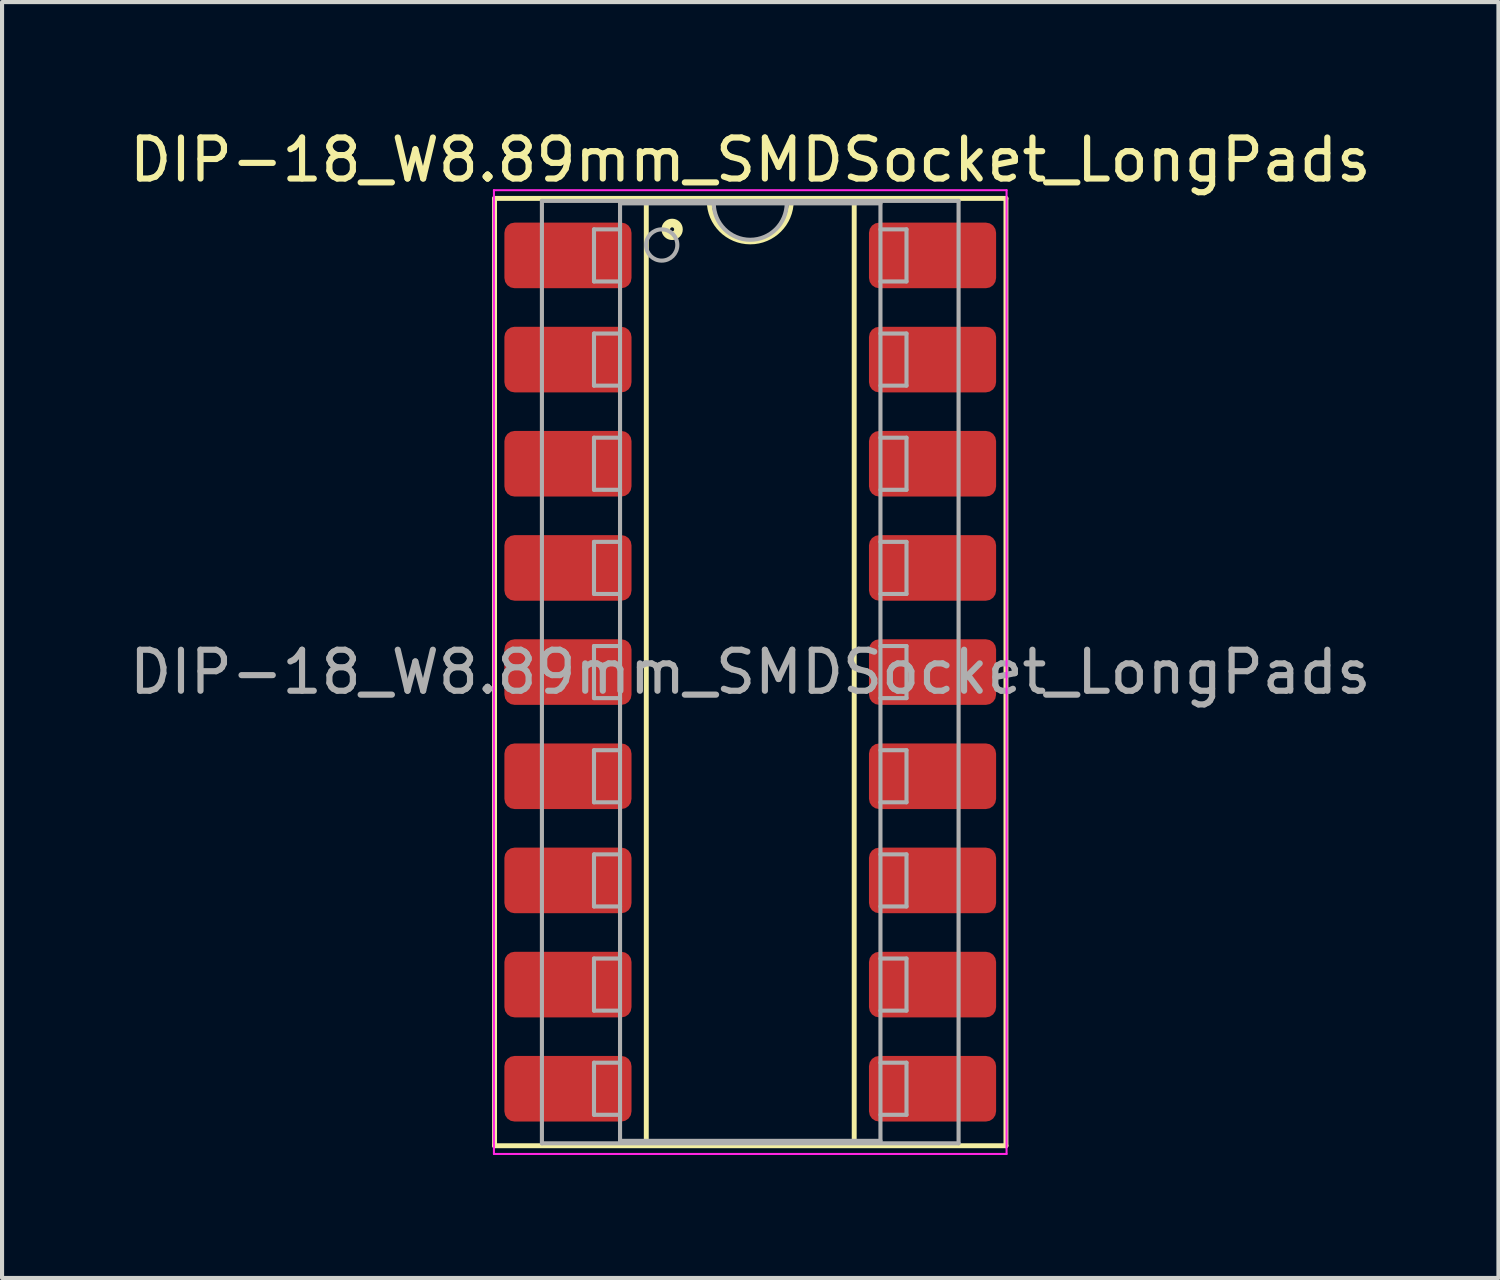
<source format=kicad_pcb>
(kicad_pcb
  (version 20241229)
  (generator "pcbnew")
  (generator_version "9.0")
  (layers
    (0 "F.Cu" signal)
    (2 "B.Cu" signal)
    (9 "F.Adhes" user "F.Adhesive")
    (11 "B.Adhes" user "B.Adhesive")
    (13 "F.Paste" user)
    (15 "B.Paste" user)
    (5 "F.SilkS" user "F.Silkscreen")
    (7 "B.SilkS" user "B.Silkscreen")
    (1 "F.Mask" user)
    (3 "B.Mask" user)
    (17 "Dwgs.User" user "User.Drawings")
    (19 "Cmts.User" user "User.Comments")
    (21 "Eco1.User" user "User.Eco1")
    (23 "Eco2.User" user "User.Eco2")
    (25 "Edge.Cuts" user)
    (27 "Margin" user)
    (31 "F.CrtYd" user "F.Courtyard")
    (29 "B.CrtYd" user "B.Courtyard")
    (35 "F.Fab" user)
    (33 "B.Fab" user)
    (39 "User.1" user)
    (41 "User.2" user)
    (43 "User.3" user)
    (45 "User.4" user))
  (footprint "DIP-18_W8.89mm_SMDSocket_LongPads"
    (layer "F.Cu")
    (at 15.244 13.338)
    (property "Reference" "DIP-18_W8.89mm_SMDSocket_LongPads" (at 0 -12.49 0) (layer "F.SilkS") (effects (font (size 1 1) (thickness 0.15))))
    (attr smd)
    (fp_line (start -6.235 -11.55) (end -6.235 11.55) (stroke (width 0.12) (type solid)) (layer "F.SilkS"))
    (fp_line (start -6.235 11.55) (end 6.235 11.55) (stroke (width 0.12) (type solid)) (layer "F.SilkS"))
    (fp_line (start -2.535 -11.49) (end -2.535 11.49) (stroke (width 0.12) (type solid)) (layer "F.SilkS"))
    (fp_line (start -2.535 11.49) (end 2.535 11.49) (stroke (width 0.12) (type solid)) (layer "F.SilkS"))
    (fp_line (start -1 -11.49) (end -2.535 -11.49) (stroke (width 0.12) (type solid)) (layer "F.SilkS"))
    (fp_line (start 2.535 -11.49) (end 1 -11.49) (stroke (width 0.12) (type solid)) (layer "F.SilkS"))
    (fp_line (start 2.535 11.49) (end 2.535 -11.49) (stroke (width 0.12) (type solid)) (layer "F.SilkS"))
    (fp_line (start 6.235 -11.55) (end -6.235 -11.55) (stroke (width 0.12) (type solid)) (layer "F.SilkS"))
    (fp_line (start 6.235 11.55) (end 6.235 -11.55) (stroke (width 0.12) (type solid)) (layer "F.SilkS"))
    (fp_arc (start 1 -11.49) (mid 0 -10.49) (end -1 -11.49) (stroke (width 0.12) (type solid)) (layer "F.SilkS"))
    (fp_circle (center -1.905 -10.795) (end -1.855 -10.795) (stroke (width 0.12) (type solid)) (fill no) (layer "F.SilkS"))
    (fp_circle (center -1.905 -10.795) (end -1.78 -10.795) (stroke (width 0.12) (type solid)) (fill no) (layer "F.SilkS"))
    (fp_circle (center -1.905 -10.795) (end -1.705 -10.795) (stroke (width 0.12) (type solid)) (fill no) (layer "F.SilkS"))
    (fp_line (start -6.25 -11.75) (end -6.25 11.75) (stroke (width 0.05) (type solid)) (layer "F.CrtYd"))
    (fp_line (start -6.25 11.75) (end 6.25 11.75) (stroke (width 0.05) (type solid)) (layer "F.CrtYd"))
    (fp_line (start 6.25 -11.75) (end -6.25 -11.75) (stroke (width 0.05) (type solid)) (layer "F.CrtYd"))
    (fp_line (start 6.25 11.75) (end 6.25 -11.75) (stroke (width 0.05) (type solid)) (layer "F.CrtYd"))
    (fp_line (start -5.08 -11.49) (end -5.08 11.49) (stroke (width 0.1) (type solid)) (layer "F.Fab"))
    (fp_line (start -5.08 11.49) (end 5.08 11.49) (stroke (width 0.1) (type solid)) (layer "F.Fab"))
    (fp_line (start -3.81 -10.795) (end -3.81 -9.525) (stroke (width 0.1) (type solid)) (layer "F.Fab"))
    (fp_line (start -3.81 -10.795) (end -3.175 -10.795) (stroke (width 0.1) (type solid)) (layer "F.Fab"))
    (fp_line (start -3.81 -9.525) (end -3.175 -9.525) (stroke (width 0.1) (type solid)) (layer "F.Fab"))
    (fp_line (start -3.81 -8.255) (end -3.81 -6.985) (stroke (width 0.1) (type solid)) (layer "F.Fab"))
    (fp_line (start -3.81 -8.255) (end -3.175 -8.255) (stroke (width 0.1) (type solid)) (layer "F.Fab"))
    (fp_line (start -3.81 -6.985) (end -3.175 -6.985) (stroke (width 0.1) (type solid)) (layer "F.Fab"))
    (fp_line (start -3.81 -5.715) (end -3.81 -4.445) (stroke (width 0.1) (type solid)) (layer "F.Fab"))
    (fp_line (start -3.81 -5.715) (end -3.175 -5.715) (stroke (width 0.1) (type solid)) (layer "F.Fab"))
    (fp_line (start -3.81 -4.445) (end -3.175 -4.445) (stroke (width 0.1) (type solid)) (layer "F.Fab"))
    (fp_line (start -3.81 -3.175) (end -3.81 -1.905) (stroke (width 0.1) (type solid)) (layer "F.Fab"))
    (fp_line (start -3.81 -3.175) (end -3.175 -3.175) (stroke (width 0.1) (type solid)) (layer "F.Fab"))
    (fp_line (start -3.81 -1.905) (end -3.175 -1.905) (stroke (width 0.1) (type solid)) (layer "F.Fab"))
    (fp_line (start -3.81 -0.635) (end -3.81 0.635) (stroke (width 0.1) (type solid)) (layer "F.Fab"))
    (fp_line (start -3.81 -0.635) (end -3.175 -0.635) (stroke (width 0.1) (type solid)) (layer "F.Fab"))
    (fp_line (start -3.81 0.635) (end -3.175 0.635) (stroke (width 0.1) (type solid)) (layer "F.Fab"))
    (fp_line (start -3.81 1.905) (end -3.81 3.175) (stroke (width 0.1) (type solid)) (layer "F.Fab"))
    (fp_line (start -3.81 1.905) (end -3.175 1.905) (stroke (width 0.1) (type solid)) (layer "F.Fab"))
    (fp_line (start -3.81 3.175) (end -3.175 3.175) (stroke (width 0.1) (type solid)) (layer "F.Fab"))
    (fp_line (start -3.81 4.445) (end -3.81 5.715) (stroke (width 0.1) (type solid)) (layer "F.Fab"))
    (fp_line (start -3.81 4.445) (end -3.175 4.445) (stroke (width 0.1) (type solid)) (layer "F.Fab"))
    (fp_line (start -3.81 5.715) (end -3.175 5.715) (stroke (width 0.1) (type solid)) (layer "F.Fab"))
    (fp_line (start -3.81 6.985) (end -3.81 8.255) (stroke (width 0.1) (type solid)) (layer "F.Fab"))
    (fp_line (start -3.81 6.985) (end -3.175 6.985) (stroke (width 0.1) (type solid)) (layer "F.Fab"))
    (fp_line (start -3.81 8.255) (end -3.175 8.255) (stroke (width 0.1) (type solid)) (layer "F.Fab"))
    (fp_line (start -3.81 9.525) (end -3.81 10.795) (stroke (width 0.1) (type solid)) (layer "F.Fab"))
    (fp_line (start -3.81 9.525) (end -3.175 9.525) (stroke (width 0.1) (type solid)) (layer "F.Fab"))
    (fp_line (start -3.81 10.795) (end -3.175 10.795) (stroke (width 0.1) (type solid)) (layer "F.Fab"))
    (fp_line (start -3.175 -11.43) (end 3.175 -11.43) (stroke (width 0.1) (type solid)) (layer "F.Fab"))
    (fp_line (start -3.175 11.43) (end -3.175 -11.43) (stroke (width 0.1) (type solid)) (layer "F.Fab"))
    (fp_line (start 3.175 -11.43) (end 3.175 11.43) (stroke (width 0.1) (type solid)) (layer "F.Fab"))
    (fp_line (start 3.175 11.43) (end -3.175 11.43) (stroke (width 0.1) (type solid)) (layer "F.Fab"))
    (fp_line (start 3.81 -10.795) (end 3.175 -10.795) (stroke (width 0.1) (type solid)) (layer "F.Fab"))
    (fp_line (start 3.81 -9.525) (end 3.175 -9.525) (stroke (width 0.1) (type solid)) (layer "F.Fab"))
    (fp_line (start 3.81 -9.525) (end 3.81 -10.795) (stroke (width 0.1) (type solid)) (layer "F.Fab"))
    (fp_line (start 3.81 -8.255) (end 3.175 -8.255) (stroke (width 0.1) (type solid)) (layer "F.Fab"))
    (fp_line (start 3.81 -6.985) (end 3.175 -6.985) (stroke (width 0.1) (type solid)) (layer "F.Fab"))
    (fp_line (start 3.81 -6.985) (end 3.81 -8.255) (stroke (width 0.1) (type solid)) (layer "F.Fab"))
    (fp_line (start 3.81 -5.715) (end 3.175 -5.715) (stroke (width 0.1) (type solid)) (layer "F.Fab"))
    (fp_line (start 3.81 -4.445) (end 3.175 -4.445) (stroke (width 0.1) (type solid)) (layer "F.Fab"))
    (fp_line (start 3.81 -4.445) (end 3.81 -5.715) (stroke (width 0.1) (type solid)) (layer "F.Fab"))
    (fp_line (start 3.81 -3.175) (end 3.175 -3.175) (stroke (width 0.1) (type solid)) (layer "F.Fab"))
    (fp_line (start 3.81 -1.905) (end 3.175 -1.905) (stroke (width 0.1) (type solid)) (layer "F.Fab"))
    (fp_line (start 3.81 -1.905) (end 3.81 -3.175) (stroke (width 0.1) (type solid)) (layer "F.Fab"))
    (fp_line (start 3.81 -0.635) (end 3.175 -0.635) (stroke (width 0.1) (type solid)) (layer "F.Fab"))
    (fp_line (start 3.81 0.635) (end 3.175 0.635) (stroke (width 0.1) (type solid)) (layer "F.Fab"))
    (fp_line (start 3.81 0.635) (end 3.81 -0.635) (stroke (width 0.1) (type solid)) (layer "F.Fab"))
    (fp_line (start 3.81 1.905) (end 3.175 1.905) (stroke (width 0.1) (type solid)) (layer "F.Fab"))
    (fp_line (start 3.81 3.175) (end 3.175 3.175) (stroke (width 0.1) (type solid)) (layer "F.Fab"))
    (fp_line (start 3.81 3.175) (end 3.81 1.905) (stroke (width 0.1) (type solid)) (layer "F.Fab"))
    (fp_line (start 3.81 4.445) (end 3.175 4.445) (stroke (width 0.1) (type solid)) (layer "F.Fab"))
    (fp_line (start 3.81 5.715) (end 3.175 5.715) (stroke (width 0.1) (type solid)) (layer "F.Fab"))
    (fp_line (start 3.81 5.715) (end 3.81 4.445) (stroke (width 0.1) (type solid)) (layer "F.Fab"))
    (fp_line (start 3.81 6.985) (end 3.175 6.985) (stroke (width 0.1) (type solid)) (layer "F.Fab"))
    (fp_line (start 3.81 8.255) (end 3.175 8.255) (stroke (width 0.1) (type solid)) (layer "F.Fab"))
    (fp_line (start 3.81 8.255) (end 3.81 6.985) (stroke (width 0.1) (type solid)) (layer "F.Fab"))
    (fp_line (start 3.81 9.525) (end 3.175 9.525) (stroke (width 0.1) (type solid)) (layer "F.Fab"))
    (fp_line (start 3.81 10.795) (end 3.175 10.795) (stroke (width 0.1) (type solid)) (layer "F.Fab"))
    (fp_line (start 3.81 10.795) (end 3.81 9.525) (stroke (width 0.1) (type solid)) (layer "F.Fab"))
    (fp_line (start 5.08 -11.49) (end -5.08 -11.49) (stroke (width 0.1) (type solid)) (layer "F.Fab"))
    (fp_line (start 5.08 11.49) (end 5.08 -11.49) (stroke (width 0.1) (type solid)) (layer "F.Fab"))
    (fp_arc (start 0.889 -11.43) (mid 0 -10.541) (end -0.889 -11.43) (stroke (width 0.1) (type solid)) (layer "F.Fab"))
    (fp_circle (center -2.159 -10.414) (end -1.778 -10.414) (stroke (width 0.1) (type solid)) (fill no) (layer "F.Fab"))
    (fp_text user "${REFERENCE}" (at 0 0 0) (layer "F.Fab") (effects (font (size 1 1) (thickness 0.15))))
    (pad "1" smd roundrect (at -4.445 -10.16) (size 3.1 1.6) (layers "F.Cu" "F.Mask" "F.Paste") (roundrect_rratio 0.156))
    (pad "2" smd roundrect (at -4.445 -7.62) (size 3.1 1.6) (layers "F.Cu" "F.Mask" "F.Paste") (roundrect_rratio 0.156))
    (pad "3" smd roundrect (at -4.445 -5.08) (size 3.1 1.6) (layers "F.Cu" "F.Mask" "F.Paste") (roundrect_rratio 0.156))
    (pad "4" smd roundrect (at -4.445 -2.54) (size 3.1 1.6) (layers "F.Cu" "F.Mask" "F.Paste") (roundrect_rratio 0.156))
    (pad "5" smd roundrect (at -4.445 0) (size 3.1 1.6) (layers "F.Cu" "F.Mask" "F.Paste") (roundrect_rratio 0.156))
    (pad "6" smd roundrect (at -4.445 2.54) (size 3.1 1.6) (layers "F.Cu" "F.Mask" "F.Paste") (roundrect_rratio 0.156))
    (pad "7" smd roundrect (at -4.445 5.08) (size 3.1 1.6) (layers "F.Cu" "F.Mask" "F.Paste") (roundrect_rratio 0.156))
    (pad "8" smd roundrect (at -4.445 7.62) (size 3.1 1.6) (layers "F.Cu" "F.Mask" "F.Paste") (roundrect_rratio 0.156))
    (pad "9" smd roundrect (at -4.445 10.16) (size 3.1 1.6) (layers "F.Cu" "F.Mask" "F.Paste") (roundrect_rratio 0.156))
    (pad "10" smd roundrect (at 4.445 10.16) (size 3.1 1.6) (layers "F.Cu" "F.Mask" "F.Paste") (roundrect_rratio 0.156))
    (pad "11" smd roundrect (at 4.445 7.62) (size 3.1 1.6) (layers "F.Cu" "F.Mask" "F.Paste") (roundrect_rratio 0.156))
    (pad "12" smd roundrect (at 4.445 5.08) (size 3.1 1.6) (layers "F.Cu" "F.Mask" "F.Paste") (roundrect_rratio 0.156))
    (pad "13" smd roundrect (at 4.445 2.54) (size 3.1 1.6) (layers "F.Cu" "F.Mask" "F.Paste") (roundrect_rratio 0.156))
    (pad "14" smd roundrect (at 4.445 0) (size 3.1 1.6) (layers "F.Cu" "F.Mask" "F.Paste") (roundrect_rratio 0.156))
    (pad "15" smd roundrect (at 4.445 -2.54) (size 3.1 1.6) (layers "F.Cu" "F.Mask" "F.Paste") (roundrect_rratio 0.156))
    (pad "16" smd roundrect (at 4.445 -5.08) (size 3.1 1.6) (layers "F.Cu" "F.Mask" "F.Paste") (roundrect_rratio 0.156))
    (pad "17" smd roundrect (at 4.445 -7.62) (size 3.1 1.6) (layers "F.Cu" "F.Mask" "F.Paste") (roundrect_rratio 0.156))
    (pad "18" smd roundrect (at 4.445 -10.16) (size 3.1 1.6) (layers "F.Cu" "F.Mask" "F.Paste") (roundrect_rratio 0.156)))
  (gr_rect
    (start -3 -3)
    (end 33.488 28.113)
    (stroke (width 0.1) (type default))
    (fill no)
    (layer "Edge.Cuts")))
</source>
